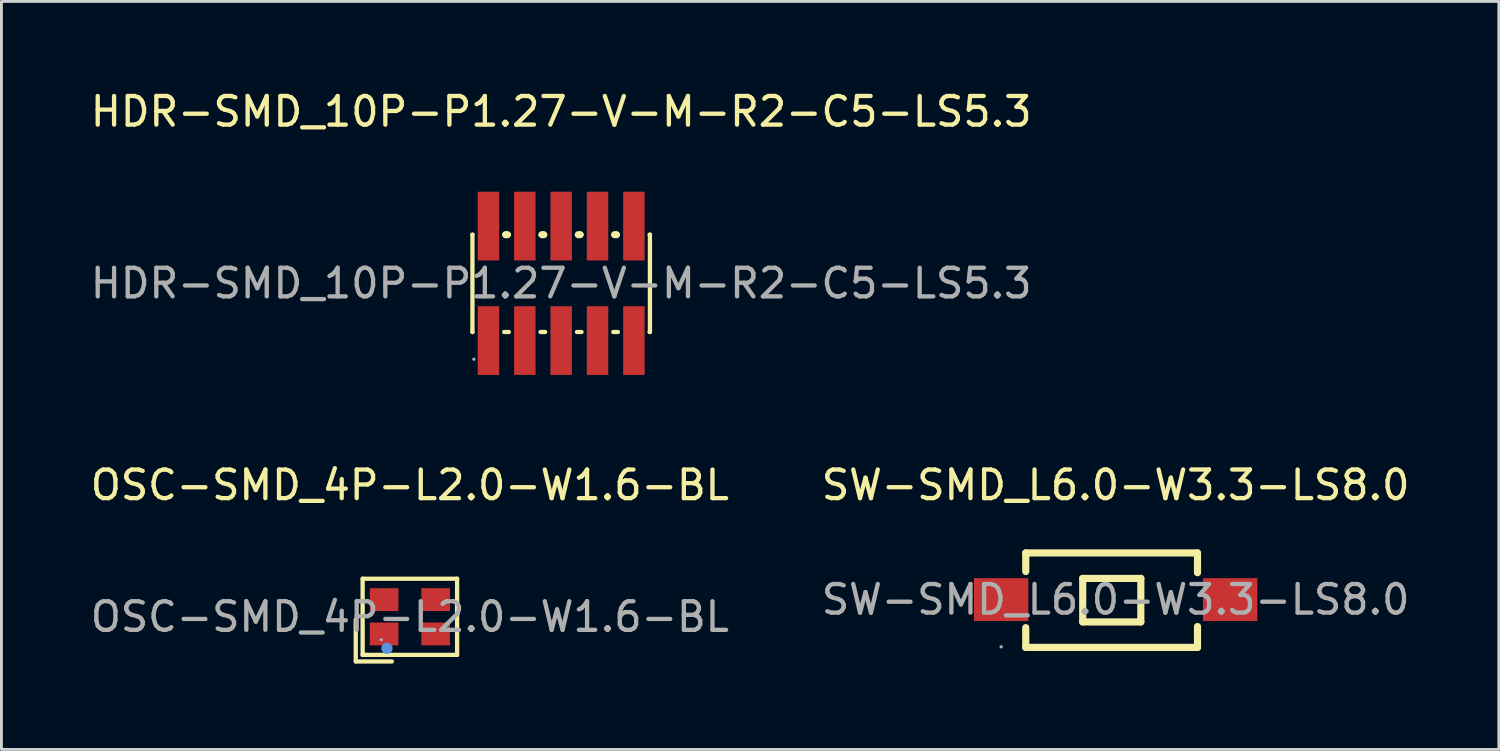
<source format=kicad_pcb>
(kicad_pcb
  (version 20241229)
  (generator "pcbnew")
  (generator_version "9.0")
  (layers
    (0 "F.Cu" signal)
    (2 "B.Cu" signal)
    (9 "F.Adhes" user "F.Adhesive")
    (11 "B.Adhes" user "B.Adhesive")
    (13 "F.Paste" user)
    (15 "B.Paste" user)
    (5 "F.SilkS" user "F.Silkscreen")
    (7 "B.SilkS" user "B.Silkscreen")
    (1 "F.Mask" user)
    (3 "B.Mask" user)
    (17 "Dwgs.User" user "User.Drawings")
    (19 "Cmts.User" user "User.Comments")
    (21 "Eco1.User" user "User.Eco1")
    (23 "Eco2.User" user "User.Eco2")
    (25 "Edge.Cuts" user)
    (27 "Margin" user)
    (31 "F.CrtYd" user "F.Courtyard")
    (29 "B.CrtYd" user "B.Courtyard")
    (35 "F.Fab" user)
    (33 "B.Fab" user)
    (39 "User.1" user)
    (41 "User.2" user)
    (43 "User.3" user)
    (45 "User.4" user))
  (footprint "OSC-SMD_4P-L2.0-W1.6-BL"
    (layer "F.Cu")
    (at 11.268 18.497)
    (property "Reference" "OSC-SMD_4P-L2.0-W1.6-BL" (at 0 -4.6 0) (layer "F.SilkS") (effects (font (size 1 1) (thickness 0.15))))
    (attr smd)
    (fp_line (start -1.89 0.1) (end -1.89 1.56) (stroke (width 0.15) (type solid)) (layer "F.SilkS"))
    (fp_line (start -1.89 1.56) (end -0.63 1.56) (stroke (width 0.15) (type solid)) (layer "F.SilkS"))
    (fp_line (start -1.65 -1.33) (end 1.65 -1.33) (stroke (width 0.15) (type solid)) (layer "F.SilkS"))
    (fp_line (start -1.65 1.33) (end -1.65 -1.33) (stroke (width 0.15) (type solid)) (layer "F.SilkS"))
    (fp_line (start -1.53 1.33) (end -1.65 1.33) (stroke (width 0.15) (type solid)) (layer "F.SilkS"))
    (fp_line (start 1.65 -1.33) (end 1.65 1.33) (stroke (width 0.15) (type solid)) (layer "F.SilkS"))
    (fp_line (start 1.65 1.33) (end -1.53 1.33) (stroke (width 0.15) (type solid)) (layer "F.SilkS"))
    (fp_circle (center -0.8 1.1) (end -0.7 1.1) (stroke (width 0.2) (type solid)) (fill no) (layer "Cmts.User"))
    (fp_circle (center -1 0.8) (end -0.97 0.8) (stroke (width 0.06) (type solid)) (fill no) (layer "F.Fab"))
    (fp_text user "${REFERENCE}" (at 0 0 0) (layer "F.Fab") (effects (font (size 1 1) (thickness 0.15))))
    (pad "1" smd rect (at -0.9 0.6 90) (size 0.8 1) (layers "F.Cu" "F.Mask" "F.Paste"))
    (pad "2" smd rect (at 0.9 0.6 90) (size 0.8 1) (layers "F.Cu" "F.Mask" "F.Paste"))
    (pad "3" smd rect (at 0.9 -0.6 90) (size 0.8 1) (layers "F.Cu" "F.Mask" "F.Paste"))
    (pad "4" smd rect (at -0.9 -0.6 90) (size 0.8 1) (layers "F.Cu" "F.Mask" "F.Paste")))
  (footprint "HDR-SMD_10P-P1.27-V-M-R2-C5-LS5.3"
    (layer "F.Cu")
    (at 16.554 6.848)
    (property "Reference" "HDR-SMD_10P-P1.27-V-M-R2-C5-LS5.3" (at 0 -6 0) (layer "F.SilkS") (effects (font (size 1 1) (thickness 0.15))))
    (attr through_hole)
    (fp_line (start -3.1 -1.7) (end -3.1 -1.7) (stroke (width 0.15) (type solid)) (layer "F.SilkS"))
    (fp_line (start -3.1 -1.7) (end -3.1 1.7) (stroke (width 0.15) (type solid)) (layer "F.SilkS"))
    (fp_line (start -3.1 1.7) (end -3.1 1.7) (stroke (width 0.15) (type solid)) (layer "F.SilkS"))
    (fp_line (start -1.99 1.7) (end -1.83 1.7) (stroke (width 0.15) (type solid)) (layer "F.SilkS"))
    (fp_line (start -1.94 -1.7) (end -1.88 -1.7) (stroke (width 0.25) (type solid)) (layer "F.SilkS"))
    (fp_line (start -1.83 -1.7) (end -1.99 -1.7) (stroke (width 0.15) (type solid)) (layer "F.SilkS"))
    (fp_line (start -0.72 1.7) (end -0.56 1.7) (stroke (width 0.15) (type solid)) (layer "F.SilkS"))
    (fp_line (start -0.67 -1.7) (end -0.61 -1.7) (stroke (width 0.25) (type solid)) (layer "F.SilkS"))
    (fp_line (start -0.56 -1.7) (end -0.72 -1.7) (stroke (width 0.15) (type solid)) (layer "F.SilkS"))
    (fp_line (start 0.55 1.7) (end 0.71 1.7) (stroke (width 0.15) (type solid)) (layer "F.SilkS"))
    (fp_line (start 0.6 -1.7) (end 0.66 -1.7) (stroke (width 0.25) (type solid)) (layer "F.SilkS"))
    (fp_line (start 0.71 -1.7) (end 0.55 -1.7) (stroke (width 0.15) (type solid)) (layer "F.SilkS"))
    (fp_line (start 1.82 1.7) (end 1.98 1.7) (stroke (width 0.15) (type solid)) (layer "F.SilkS"))
    (fp_line (start 1.87 -1.7) (end 1.93 -1.7) (stroke (width 0.25) (type solid)) (layer "F.SilkS"))
    (fp_line (start 1.98 -1.7) (end 1.82 -1.7) (stroke (width 0.15) (type solid)) (layer "F.SilkS"))
    (fp_line (start 3.09 1.7) (end 3.1 1.7) (stroke (width 0.15) (type solid)) (layer "F.SilkS"))
    (fp_line (start 3.1 -1.7) (end 3.09 -1.7) (stroke (width 0.15) (type solid)) (layer "F.SilkS"))
    (fp_line (start 3.1 1.7) (end 3.1 -1.7) (stroke (width 0.15) (type solid)) (layer "F.SilkS"))
    (fp_circle (center -3.05 2.65) (end -3.02 2.65) (stroke (width 0.06) (type solid)) (fill no) (layer "F.Fab"))
    (fp_text user "${REFERENCE}" (at 0 0 0) (layer "F.Fab") (effects (font (size 1 1) (thickness 0.15))))
    (pad "1" smd rect (at -2.54 2) (size 0.75 2.4) (layers "F.Cu" "F.Mask" "F.Paste"))
    (pad "2" smd rect (at -2.54 -2) (size 0.75 2.4) (layers "F.Cu" "F.Mask" "F.Paste"))
    (pad "3" smd rect (at -1.27 2) (size 0.75 2.4) (layers "F.Cu" "F.Mask" "F.Paste"))
    (pad "4" smd rect (at -1.27 -2) (size 0.75 2.4) (layers "F.Cu" "F.Mask" "F.Paste"))
    (pad "5" smd rect (at 0 2) (size 0.75 2.4) (layers "F.Cu" "F.Mask" "F.Paste"))
    (pad "6" smd rect (at 0 -2) (size 0.75 2.4) (layers "F.Cu" "F.Mask" "F.Paste"))
    (pad "7" smd rect (at 1.27 2) (size 0.75 2.4) (layers "F.Cu" "F.Mask" "F.Paste"))
    (pad "8" smd rect (at 1.27 -2) (size 0.75 2.4) (layers "F.Cu" "F.Mask" "F.Paste"))
    (pad "9" smd rect (at 2.54 2) (size 0.75 2.4) (layers "F.Cu" "F.Mask" "F.Paste"))
    (pad "10" smd rect (at 2.54 -2) (size 0.75 2.4) (layers "F.Cu" "F.Mask" "F.Paste")))
  (footprint "SW-SMD_L6.0-W3.3-LS8.0"
    (layer "F.Cu")
    (at 35.923 17.896)
    (property "Reference" "SW-SMD_L6.0-W3.3-LS8.0" (at 0 -4 0) (layer "F.SilkS") (effects (font (size 1 1) (thickness 0.15))))
    (attr smd)
    (fp_line (start -3.14 -1.63) (end -3.14 -0.98) (stroke (width 0.25) (type solid)) (layer "F.SilkS"))
    (fp_line (start -3.14 -1.63) (end 2.86 -1.63) (stroke (width 0.25) (type solid)) (layer "F.SilkS"))
    (fp_line (start -3.14 0.98) (end -3.14 1.67) (stroke (width 0.25) (type solid)) (layer "F.SilkS"))
    (fp_line (start -1.15 -0.74) (end 0.88 -0.74) (stroke (width 0.25) (type solid)) (layer "F.SilkS"))
    (fp_line (start -1.15 0.78) (end -1.15 -0.74) (stroke (width 0.25) (type solid)) (layer "F.SilkS"))
    (fp_line (start 0.88 -0.74) (end 0.88 0.78) (stroke (width 0.25) (type solid)) (layer "F.SilkS"))
    (fp_line (start 0.88 0.78) (end -1.15 0.78) (stroke (width 0.25) (type solid)) (layer "F.SilkS"))
    (fp_line (start 2.86 -0.94) (end 2.86 -1.63) (stroke (width 0.25) (type solid)) (layer "F.SilkS"))
    (fp_line (start 2.86 1.67) (end -3.14 1.67) (stroke (width 0.25) (type solid)) (layer "F.SilkS"))
    (fp_line (start 2.86 1.67) (end 2.86 0.94) (stroke (width 0.25) (type solid)) (layer "F.SilkS"))
    (fp_circle (center -4 1.65) (end -3.97 1.65) (stroke (width 0.06) (type solid)) (fill no) (layer "F.Fab"))
    (fp_text user "${REFERENCE}" (at 0 0 0) (layer "F.Fab") (effects (font (size 1 1) (thickness 0.15))))
    (pad "1" smd rect (at -4 0) (size 1.9 1.5) (layers "F.Cu" "F.Mask" "F.Paste"))
    (pad "2" smd rect (at 4 0) (size 1.9 1.5) (layers "F.Cu" "F.Mask" "F.Paste")))
  (gr_rect
    (start -3 -3)
    (end 49.31 23.131)
    (stroke (width 0.1) (type default))
    (fill no)
    (layer "Edge.Cuts")))
</source>
